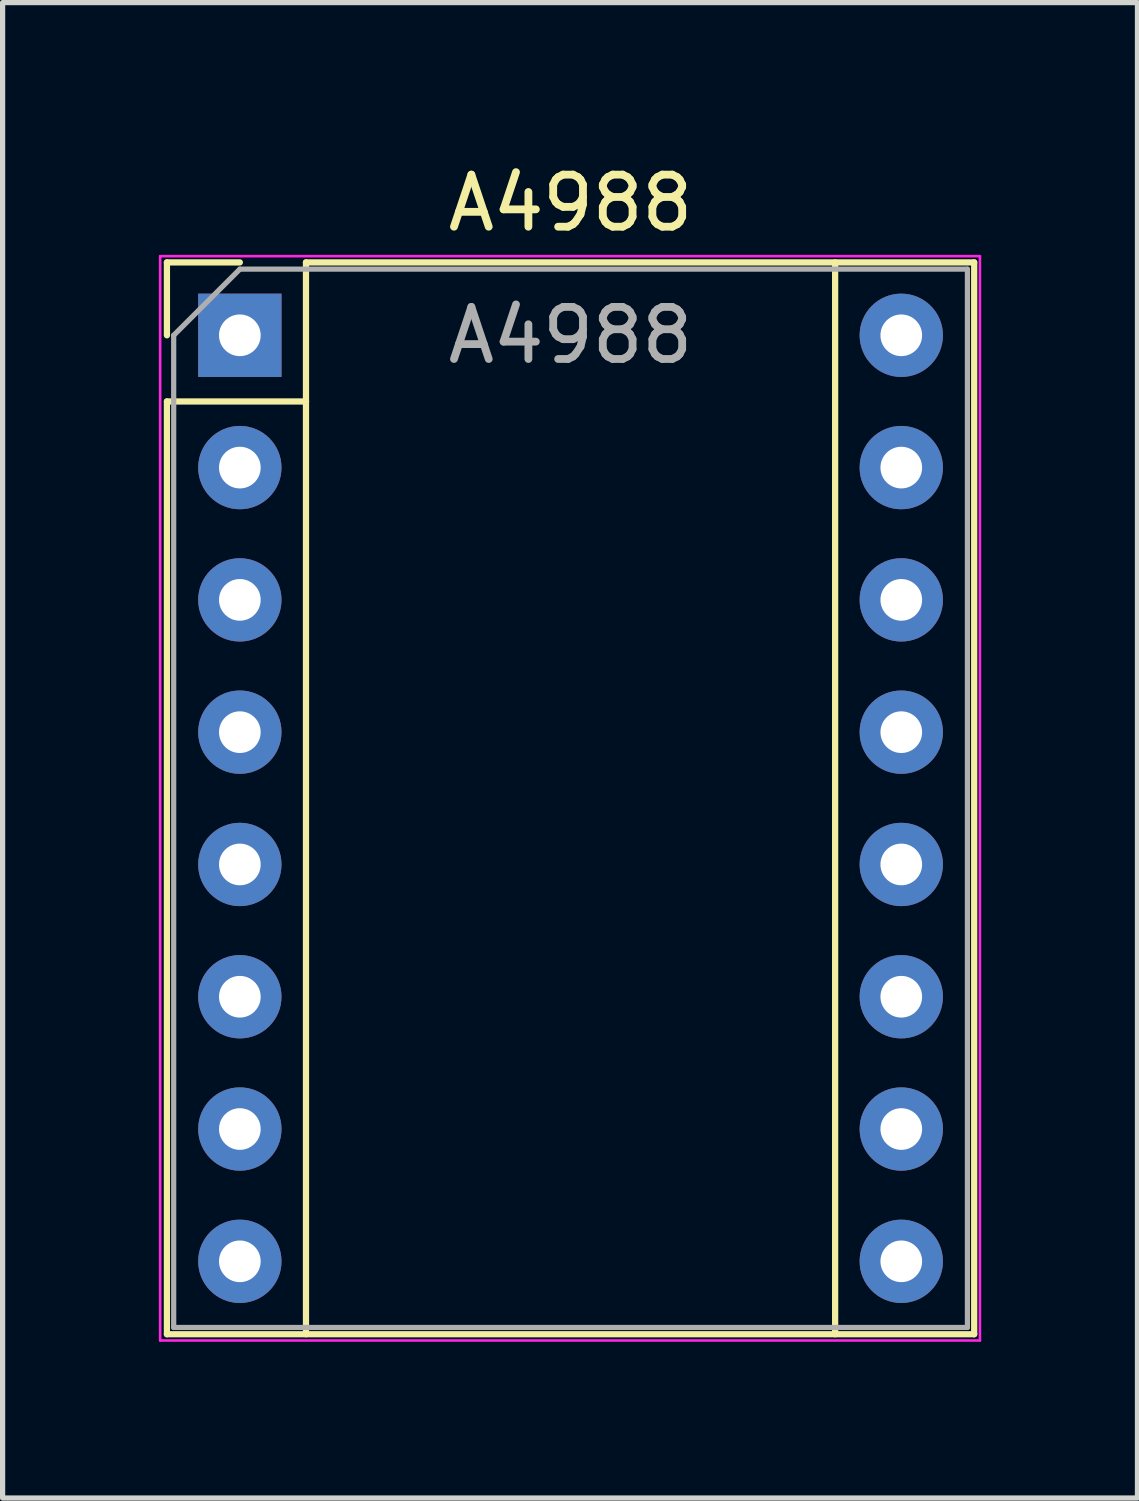
<source format=kicad_pcb>
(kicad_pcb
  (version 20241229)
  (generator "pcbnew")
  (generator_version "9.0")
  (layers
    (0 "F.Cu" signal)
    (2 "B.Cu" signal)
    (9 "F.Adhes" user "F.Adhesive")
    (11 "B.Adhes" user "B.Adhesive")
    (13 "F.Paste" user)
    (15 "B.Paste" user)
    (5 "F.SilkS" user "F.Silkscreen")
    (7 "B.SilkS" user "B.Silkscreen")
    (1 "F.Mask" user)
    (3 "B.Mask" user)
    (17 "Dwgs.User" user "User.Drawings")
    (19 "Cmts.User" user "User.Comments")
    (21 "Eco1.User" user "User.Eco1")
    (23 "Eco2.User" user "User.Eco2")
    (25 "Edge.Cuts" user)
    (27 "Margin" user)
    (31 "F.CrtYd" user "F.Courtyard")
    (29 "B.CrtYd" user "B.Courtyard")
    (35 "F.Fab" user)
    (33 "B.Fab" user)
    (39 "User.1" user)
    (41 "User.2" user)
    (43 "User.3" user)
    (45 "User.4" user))
  (footprint "A4988"
    (layer "F.Cu")
    (at 1.555 3.388)
    (property "Reference" "A4988" (at 6.35 -2.54 0) (layer "F.SilkS") (effects (font (size 1 1) (thickness 0.15))))
    (attr through_hole)
    (fp_line (start -1.4 -1.4) (end -1.4 0) (stroke (width 0.12) (type solid)) (layer "F.SilkS"))
    (fp_line (start -1.4 1.27) (end -1.4 19.18) (stroke (width 0.12) (type solid)) (layer "F.SilkS"))
    (fp_line (start -1.4 19.18) (end 14.1 19.18) (stroke (width 0.12) (type solid)) (layer "F.SilkS"))
    (fp_line (start 0 -1.4) (end -1.4 -1.4) (stroke (width 0.12) (type solid)) (layer "F.SilkS"))
    (fp_line (start 1.27 -1.4) (end 1.27 1.27) (stroke (width 0.12) (type solid)) (layer "F.SilkS"))
    (fp_line (start 1.27 1.27) (end -1.4 1.27) (stroke (width 0.12) (type solid)) (layer "F.SilkS"))
    (fp_line (start 1.27 1.27) (end 1.27 19.18) (stroke (width 0.12) (type solid)) (layer "F.SilkS"))
    (fp_line (start 11.43 -1.4) (end 11.43 19.18) (stroke (width 0.12) (type solid)) (layer "F.SilkS"))
    (fp_line (start 14.1 -1.4) (end 1.27 -1.4) (stroke (width 0.12) (type solid)) (layer "F.SilkS"))
    (fp_line (start 14.1 19.18) (end 14.1 -1.4) (stroke (width 0.12) (type solid)) (layer "F.SilkS"))
    (fp_line (start -1.53 -1.52) (end -1.53 19.3) (stroke (width 0.05) (type solid)) (layer "F.CrtYd"))
    (fp_line (start -1.53 -1.52) (end 14.21 -1.52) (stroke (width 0.05) (type solid)) (layer "F.CrtYd"))
    (fp_line (start 14.21 19.3) (end -1.53 19.3) (stroke (width 0.05) (type solid)) (layer "F.CrtYd"))
    (fp_line (start 14.21 19.3) (end 14.21 -1.52) (stroke (width 0.05) (type solid)) (layer "F.CrtYd"))
    (fp_line (start -1.27 0) (end 0 -1.27) (stroke (width 0.1) (type solid)) (layer "F.Fab"))
    (fp_line (start -1.27 19.05) (end -1.27 0) (stroke (width 0.1) (type solid)) (layer "F.Fab"))
    (fp_line (start 0 -1.27) (end 13.97 -1.27) (stroke (width 0.1) (type solid)) (layer "F.Fab"))
    (fp_line (start 13.97 -1.27) (end 13.97 19.05) (stroke (width 0.1) (type solid)) (layer "F.Fab"))
    (fp_line (start 13.97 19.05) (end -1.27 19.05) (stroke (width 0.1) (type solid)) (layer "F.Fab"))
    (fp_text user "${REFERENCE}" (at 6.35 0 0) (layer "F.Fab") (effects (font (size 1 1) (thickness 0.15))))
    (pad "1" thru_hole rect (at 0 0) (size 1.6 1.6) (drill 0.8) (layers "*.Cu" "*.Mask"))
    (pad "2" thru_hole oval (at 0 2.54) (size 1.6 1.6) (drill 0.8) (layers "*.Cu" "*.Mask"))
    (pad "3" thru_hole oval (at 0 5.08) (size 1.6 1.6) (drill 0.8) (layers "*.Cu" "*.Mask"))
    (pad "4" thru_hole oval (at 0 7.62) (size 1.6 1.6) (drill 0.8) (layers "*.Cu" "*.Mask"))
    (pad "5" thru_hole oval (at 0 10.16) (size 1.6 1.6) (drill 0.8) (layers "*.Cu" "*.Mask"))
    (pad "6" thru_hole oval (at 0 12.7) (size 1.6 1.6) (drill 0.8) (layers "*.Cu" "*.Mask"))
    (pad "7" thru_hole oval (at 0 15.24) (size 1.6 1.6) (drill 0.8) (layers "*.Cu" "*.Mask"))
    (pad "8" thru_hole oval (at 0 17.78) (size 1.6 1.6) (drill 0.8) (layers "*.Cu" "*.Mask"))
    (pad "9" thru_hole oval (at 12.7 17.78) (size 1.6 1.6) (drill 0.8) (layers "*.Cu" "*.Mask"))
    (pad "10" thru_hole oval (at 12.7 15.24) (size 1.6 1.6) (drill 0.8) (layers "*.Cu" "*.Mask"))
    (pad "11" thru_hole oval (at 12.7 12.7) (size 1.6 1.6) (drill 0.8) (layers "*.Cu" "*.Mask"))
    (pad "12" thru_hole oval (at 12.7 10.16) (size 1.6 1.6) (drill 0.8) (layers "*.Cu" "*.Mask"))
    (pad "13" thru_hole oval (at 12.7 7.62) (size 1.6 1.6) (drill 0.8) (layers "*.Cu" "*.Mask"))
    (pad "14" thru_hole oval (at 12.7 5.08) (size 1.6 1.6) (drill 0.8) (layers "*.Cu" "*.Mask"))
    (pad "15" thru_hole oval (at 12.7 2.54) (size 1.6 1.6) (drill 0.8) (layers "*.Cu" "*.Mask"))
    (pad "16" thru_hole oval (at 12.7 0) (size 1.6 1.6) (drill 0.8) (layers "*.Cu" "*.Mask")))
  (gr_rect
    (start -3 -3)
    (end 18.79 25.713)
    (stroke (width 0.1) (type default))
    (fill no)
    (layer "Edge.Cuts")))
</source>
